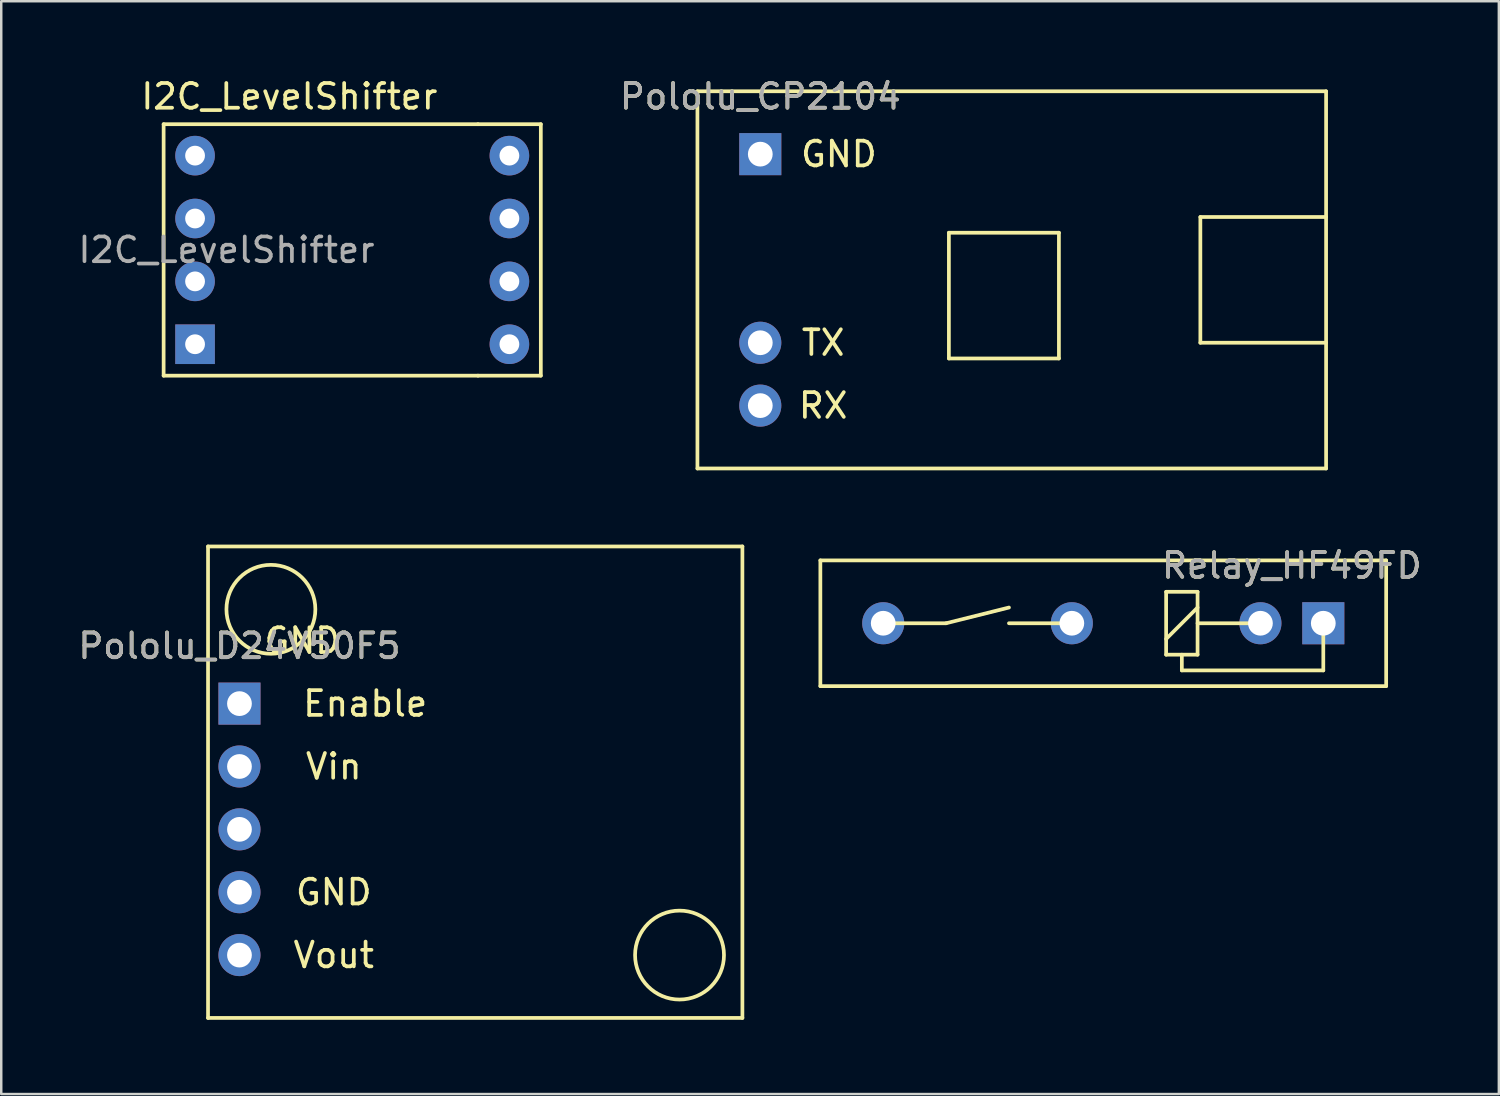
<source format=kicad_pcb>
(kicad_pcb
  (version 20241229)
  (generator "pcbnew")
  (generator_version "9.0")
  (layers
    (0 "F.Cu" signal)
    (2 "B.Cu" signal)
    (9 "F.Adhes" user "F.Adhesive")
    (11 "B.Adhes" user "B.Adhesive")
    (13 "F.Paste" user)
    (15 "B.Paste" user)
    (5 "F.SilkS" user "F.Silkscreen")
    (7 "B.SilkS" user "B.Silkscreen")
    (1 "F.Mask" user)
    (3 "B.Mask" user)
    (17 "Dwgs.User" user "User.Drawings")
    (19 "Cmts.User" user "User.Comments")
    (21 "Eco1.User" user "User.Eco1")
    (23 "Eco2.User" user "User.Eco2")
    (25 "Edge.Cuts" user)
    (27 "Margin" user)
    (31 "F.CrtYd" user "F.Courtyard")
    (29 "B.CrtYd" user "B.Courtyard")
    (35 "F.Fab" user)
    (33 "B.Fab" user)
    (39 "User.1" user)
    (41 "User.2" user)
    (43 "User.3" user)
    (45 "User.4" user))
  (footprint "Pololu_CP2104"
    (layer "F.Cu")
    (at 27.668 3.178)
    (property "Reference" "Pololu_CP2104" (at 0 -2.33 0) (layer "F.SilkS") (effects (font (size 1 1) (thickness 0.15))))
    (attr through_hole)
    (fp_line (start -2.54 -2.54) (end -2.54 12.7) (stroke (width 0.15) (type solid)) (layer "F.SilkS"))
    (fp_line (start -2.54 -2.54) (end 22.86 -2.54) (stroke (width 0.15) (type solid)) (layer "F.SilkS"))
    (fp_line (start 7.62 3.175) (end 7.62 8.255) (stroke (width 0.15) (type solid)) (layer "F.SilkS"))
    (fp_line (start 7.62 8.255) (end 12.065 8.255) (stroke (width 0.15) (type solid)) (layer "F.SilkS"))
    (fp_line (start 12.065 3.175) (end 7.62 3.175) (stroke (width 0.15) (type solid)) (layer "F.SilkS"))
    (fp_line (start 12.065 8.255) (end 12.065 3.175) (stroke (width 0.15) (type solid)) (layer "F.SilkS"))
    (fp_line (start 17.78 2.54) (end 17.78 7.62) (stroke (width 0.15) (type solid)) (layer "F.SilkS"))
    (fp_line (start 17.78 7.62) (end 22.86 7.62) (stroke (width 0.15) (type solid)) (layer "F.SilkS"))
    (fp_line (start 22.86 2.54) (end 17.78 2.54) (stroke (width 0.15) (type solid)) (layer "F.SilkS"))
    (fp_line (start 22.86 12.7) (end -2.54 12.7) (stroke (width 0.15) (type solid)) (layer "F.SilkS"))
    (fp_line (start 22.86 12.7) (end 22.86 -2.54) (stroke (width 0.15) (type solid)) (layer "F.SilkS"))
    (fp_text user "TX" (at 2.54 7.62 0) (layer "F.SilkS") (effects (font (size 1 1) (thickness 0.15))))
    (fp_text user "GND" (at 3.175 0 0) (layer "F.SilkS") (effects (font (size 1 1) (thickness 0.15))))
    (fp_text user "RX" (at 2.54 10.16 0) (layer "F.SilkS") (effects (font (size 1 1) (thickness 0.15))))
    (fp_text user "${REFERENCE}" (at 0 -2.33 0) (layer "F.Fab") (effects (font (size 1 1) (thickness 0.15))))
    (pad "1" thru_hole rect (at 0 0) (size 1.7 1.7) (drill 1) (layers "*.Cu" "*.Mask"))
    (pad "2" thru_hole oval (at 0 7.62) (size 1.7 1.7) (drill 1) (layers "*.Cu" "*.Mask"))
    (pad "3" thru_hole oval (at 0 10.16) (size 1.7 1.7) (drill 1) (layers "*.Cu" "*.Mask")))
  (footprint "Relay_HF49FD"
    (layer "F.Cu")
    (at 50.415 22.131)
    (property "Reference" "Relay_HF49FD" (at -1.27 -2.33 0) (layer "F.SilkS") (effects (font (size 1 1) (thickness 0.15))))
    (attr through_hole)
    (fp_line (start -20.32 -2.54) (end -20.32 2.54) (stroke (width 0.15) (type solid)) (layer "F.SilkS"))
    (fp_line (start -20.32 2.54) (end 2.54 2.54) (stroke (width 0.15) (type solid)) (layer "F.SilkS"))
    (fp_line (start -15.24 0) (end -17.78 0) (stroke (width 0.15) (type solid)) (layer "F.SilkS"))
    (fp_line (start -15.24 0) (end -12.7 -0.635) (stroke (width 0.15) (type solid)) (layer "F.SilkS"))
    (fp_line (start -12.7 0) (end -10.16 0) (stroke (width 0.15) (type solid)) (layer "F.SilkS"))
    (fp_line (start -6.35 -1.27) (end -6.35 1.27) (stroke (width 0.15) (type solid)) (layer "F.SilkS"))
    (fp_line (start -6.35 0.635) (end -5.08 -0.635) (stroke (width 0.15) (type solid)) (layer "F.SilkS"))
    (fp_line (start -6.35 1.27) (end -5.08 1.27) (stroke (width 0.15) (type solid)) (layer "F.SilkS"))
    (fp_line (start -5.715 1.27) (end -5.715 1.905) (stroke (width 0.15) (type solid)) (layer "F.SilkS"))
    (fp_line (start -5.715 1.905) (end 0 1.905) (stroke (width 0.15) (type solid)) (layer "F.SilkS"))
    (fp_line (start -5.08 -1.27) (end -6.35 -1.27) (stroke (width 0.15) (type solid)) (layer "F.SilkS"))
    (fp_line (start -5.08 1.27) (end -5.08 -1.27) (stroke (width 0.15) (type solid)) (layer "F.SilkS"))
    (fp_line (start -2.54 0) (end -5.08 0) (stroke (width 0.15) (type solid)) (layer "F.SilkS"))
    (fp_line (start 0 1.905) (end 0 0) (stroke (width 0.15) (type solid)) (layer "F.SilkS"))
    (fp_line (start 2.54 -2.54) (end -20.32 -2.54) (stroke (width 0.15) (type solid)) (layer "F.SilkS"))
    (fp_line (start 2.54 2.54) (end 2.54 -2.54) (stroke (width 0.15) (type solid)) (layer "F.SilkS"))
    (fp_text user "${REFERENCE}" (at -1.27 -2.33 0) (layer "F.Fab") (effects (font (size 1 1) (thickness 0.15))))
    (pad "1" thru_hole rect (at 0 0) (size 1.7 1.7) (drill 1) (layers "*.Cu" "*.Mask"))
    (pad "2" thru_hole oval (at -2.54 0) (size 1.7 1.7) (drill 1) (layers "*.Cu" "*.Mask"))
    (pad "3" thru_hole oval (at -10.16 0) (size 1.7 1.7) (drill 1) (layers "*.Cu" "*.Mask"))
    (pad "4" thru_hole oval (at -17.78 0) (size 1.7 1.7) (drill 1) (layers "*.Cu" "*.Mask")))
  (footprint "I2C_LevelShifter"
    (layer "F.Cu")
    (at 4.831 3.238)
    (property "Reference" "I2C_LevelShifter" (at 3.81 -2.39 0) (layer "F.SilkS") (effects (font (size 1 1) (thickness 0.15))))
    (attr through_hole)
    (fp_line (start -1.27 -1.27) (end 11.43 -1.27) (stroke (width 0.15) (type solid)) (layer "F.SilkS"))
    (fp_line (start -1.27 8.89) (end -1.27 -1.27) (stroke (width 0.15) (type solid)) (layer "F.SilkS"))
    (fp_line (start 11.43 -1.27) (end 13.97 -1.27) (stroke (width 0.15) (type solid)) (layer "F.SilkS"))
    (fp_line (start 11.43 8.89) (end -1.27 8.89) (stroke (width 0.15) (type solid)) (layer "F.SilkS"))
    (fp_line (start 11.43 8.89) (end 13.97 8.89) (stroke (width 0.15) (type solid)) (layer "F.SilkS"))
    (fp_line (start 13.97 -1.27) (end 13.97 8.89) (stroke (width 0.15) (type solid)) (layer "F.SilkS"))
    (fp_text user "${REFERENCE}" (at 1.27 3.81 0) (layer "F.Fab") (effects (font (size 1 1) (thickness 0.15))))
    (pad "1" thru_hole rect (at 0 7.62) (size 1.6 1.6) (drill 0.8) (layers "*.Cu" "*.Mask"))
    (pad "2" thru_hole oval (at 0 5.08) (size 1.6 1.6) (drill 0.8) (layers "*.Cu" "*.Mask"))
    (pad "3" thru_hole oval (at 0 2.54) (size 1.6 1.6) (drill 0.8) (layers "*.Cu" "*.Mask"))
    (pad "4" thru_hole oval (at 0 0) (size 1.6 1.6) (drill 0.8) (layers "*.Cu" "*.Mask"))
    (pad "5" thru_hole oval (at 12.7 7.62) (size 1.6 1.6) (drill 0.8) (layers "*.Cu" "*.Mask"))
    (pad "6" thru_hole oval (at 12.7 5.08) (size 1.6 1.6) (drill 0.8) (layers "*.Cu" "*.Mask"))
    (pad "7" thru_hole oval (at 12.7 2.54) (size 1.6 1.6) (drill 0.8) (layers "*.Cu" "*.Mask"))
    (pad "8" thru_hole oval (at 12.7 0) (size 1.6 1.6) (drill 0.8) (layers "*.Cu" "*.Mask")))
  (footprint "Pololu_D24V50F5"
    (layer "F.Cu")
    (at 6.625 25.378)
    (property "Reference" "Pololu_D24V50F5" (at 0 -2.33 0) (layer "F.SilkS") (effects (font (size 1 1) (thickness 0.15))))
    (attr through_hole)
    (fp_line (start -1.27 -6.35) (end -1.27 12.7) (stroke (width 0.15) (type solid)) (layer "F.SilkS"))
    (fp_line (start -1.27 -6.35) (end 20.32 -6.35) (stroke (width 0.15) (type solid)) (layer "F.SilkS"))
    (fp_line (start 20.32 12.7) (end -1.27 12.7) (stroke (width 0.15) (type solid)) (layer "F.SilkS"))
    (fp_line (start 20.32 12.7) (end 20.32 -6.35) (stroke (width 0.15) (type solid)) (layer "F.SilkS"))
    (fp_circle (center 1.27 -3.81) (end 0 -5.08) (stroke (width 0.15) (type solid)) (fill no) (layer "F.SilkS"))
    (fp_circle (center 17.78 10.16) (end 19.05 11.43) (stroke (width 0.15) (type solid)) (fill no) (layer "F.SilkS"))
    (fp_text user "Enable" (at 5.08 0 0) (layer "F.SilkS") (effects (font (size 1 1) (thickness 0.15))))
    (fp_text user "GND" (at 3.81 7.62 0) (layer "F.SilkS") (effects (font (size 1 1) (thickness 0.15))))
    (fp_text user "GND" (at 2.54 -2.54 0) (layer "F.SilkS") (effects (font (size 1 1) (thickness 0.15))))
    (fp_text user "Vout" (at 3.81 10.16 0) (layer "F.SilkS") (effects (font (size 1 1) (thickness 0.15))))
    (fp_text user "Vin" (at 3.81 2.54 0) (layer "F.SilkS") (effects (font (size 1 1) (thickness 0.15))))
    (fp_text user "${REFERENCE}" (at 0 -2.33 0) (layer "F.Fab") (effects (font (size 1 1) (thickness 0.15))))
    (pad "1" thru_hole rect (at 0 0) (size 1.7 1.7) (drill 1) (layers "*.Cu" "*.Mask"))
    (pad "2" thru_hole oval (at 0 2.54) (size 1.7 1.7) (drill 1) (layers "*.Cu" "*.Mask"))
    (pad "3" thru_hole oval (at 0 5.08) (size 1.7 1.7) (drill 1) (layers "*.Cu" "*.Mask"))
    (pad "4" thru_hole oval (at 0 7.62) (size 1.7 1.7) (drill 1) (layers "*.Cu" "*.Mask"))
    (pad "5" thru_hole oval (at 0 10.16) (size 1.7 1.7) (drill 1) (layers "*.Cu" "*.Mask")))
  (gr_rect
    (start -3 -3)
    (end 57.508 41.153)
    (stroke (width 0.1) (type default))
    (fill no)
    (layer "Edge.Cuts")))
</source>
